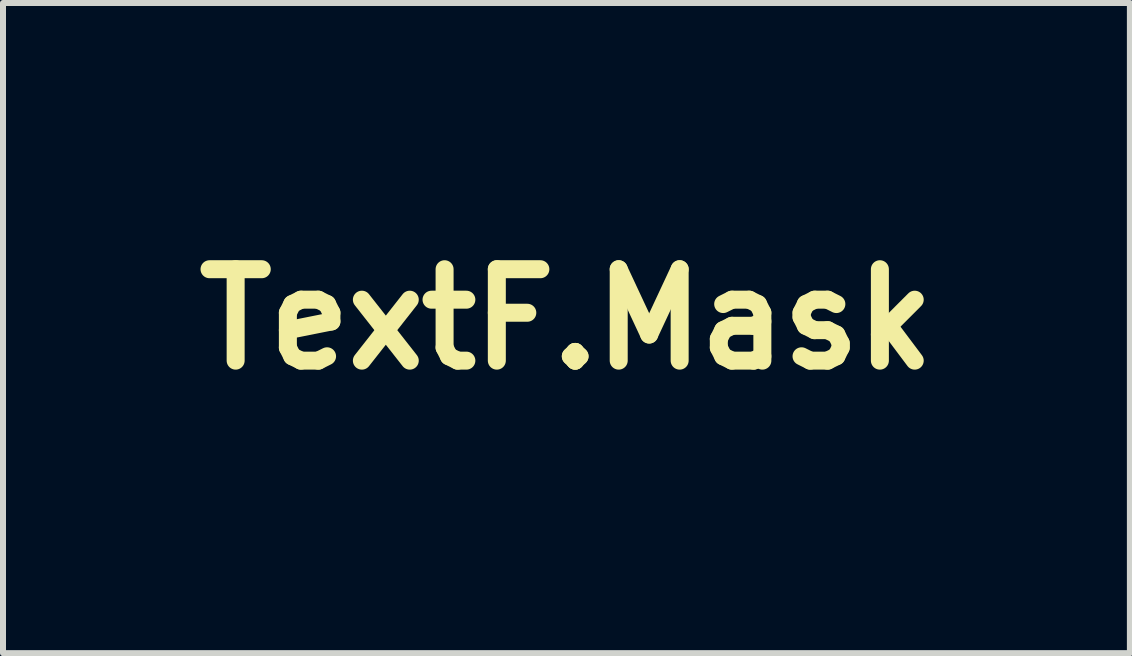
<source format=kicad_pcb>
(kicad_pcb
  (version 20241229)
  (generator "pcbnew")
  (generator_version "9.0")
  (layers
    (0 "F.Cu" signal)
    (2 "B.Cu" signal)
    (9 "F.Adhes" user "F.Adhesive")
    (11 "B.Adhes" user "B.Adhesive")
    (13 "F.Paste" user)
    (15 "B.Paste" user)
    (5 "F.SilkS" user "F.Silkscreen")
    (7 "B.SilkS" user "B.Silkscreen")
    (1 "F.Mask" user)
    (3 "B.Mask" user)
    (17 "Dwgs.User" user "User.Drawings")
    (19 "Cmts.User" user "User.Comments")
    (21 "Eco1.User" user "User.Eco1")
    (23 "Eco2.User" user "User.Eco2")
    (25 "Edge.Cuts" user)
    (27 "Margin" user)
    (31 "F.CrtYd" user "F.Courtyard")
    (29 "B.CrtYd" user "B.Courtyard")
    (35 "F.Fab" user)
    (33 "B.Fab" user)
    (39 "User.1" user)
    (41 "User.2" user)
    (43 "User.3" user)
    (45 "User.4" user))
  (footprint "TextF.Mask"
    (layer "F.Cu")
    (at 6.394 2.273)
    (property "Reference" "TextF.Mask" (at 0 0 0) (layer "F.SilkS") (effects (font (size 1.524 1.524) (thickness 0.3))))
    (attr through_hole exclude_from_pos_files exclude_from_bom)
    (fp_poly (pts (xy -4.53 -1.947) (xy -4.847 -1.947) (xy -4.847 -2.265) (xy -4.53 -2.265) (xy -4.53 -1.947)) (stroke (width 0.01) (type solid)) (fill yes) (layer "F.Mask"))
    (fp_poly (pts (xy -4.54 -1.831) (xy -4.535 -1.191) (xy -4.529 -0.55) (xy -4.847 -0.55) (xy -4.847 -1.843) (xy -4.54 -1.831)) (stroke (width 0.01) (type solid)) (fill yes) (layer "F.Mask"))
    (fp_poly (pts (xy -1.947 2.561) (xy -2.265 2.561) (xy -2.265 1.187) (xy -2.381 1.181) (xy -2.496 1.175) (xy -2.304 0.868) (xy -1.947 0.868) (xy -1.947 2.561)) (stroke (width 0.01) (type solid)) (fill yes) (layer "F.Mask"))
    (fp_poly (pts (xy -1.535 -1.6) (xy -1.283 -1.933) (xy -1.031 -2.265) (xy -0.865 -2.265) (xy -0.787 -2.263) (xy -0.729 -2.259) (xy -0.7 -2.252) (xy -0.699 -2.25) (xy -0.711 -2.23) (xy -0.745 -2.181) (xy -0.798 -2.107) (xy -0.867 -2.015) (xy -0.947 -1.908) (xy -1.008 -1.828) (xy -1.317 -1.42) (xy -1.268 -1.35) (xy -1.24 -1.312) (xy -1.191 -1.246) (xy -1.127 -1.159) (xy -1.052 -1.059) (xy -0.972 -0.951) (xy -0.968 -0.947) (xy -0.891 -0.842) (xy -0.821 -0.748) (xy -0.765 -0.669) (xy -0.725 -0.613) (xy -0.707 -0.583) (xy -0.706 -0.582) (xy -0.707 -0.566) (xy -0.728 -0.556) (xy -0.777 -0.552) (xy -0.861 -0.55) (xy -1.031 -0.55) (xy -1.283 -0.883) (xy -1.535 -1.215) (xy -1.546 -0.55) (xy -1.884 -0.55) (xy -1.884 -2.265) (xy -1.546 -2.265) (xy -1.535 -1.6)) (stroke (width 0.01) (type solid)) (fill yes) (layer "F.Mask"))
    (fp_poly (pts (xy -4.097 -1.839) (xy -4.044 -1.833) (xy -4.022 -1.825) (xy -4.022 -1.824) (xy -4.003 -1.818) (xy -3.954 -1.82) (xy -3.903 -1.828) (xy -3.771 -1.838) (xy -3.639 -1.825) (xy -3.52 -1.791) (xy -3.431 -1.74) (xy -3.383 -1.7) (xy -3.346 -1.662) (xy -3.318 -1.621) (xy -3.297 -1.57) (xy -3.283 -1.504) (xy -3.274 -1.418) (xy -3.269 -1.304) (xy -3.265 -1.158) (xy -3.264 -1.042) (xy -3.257 -0.55) (xy -3.577 -0.55) (xy -3.577 -0.995) (xy -3.577 -1.144) (xy -3.578 -1.256) (xy -3.581 -1.338) (xy -3.585 -1.395) (xy -3.591 -1.433) (xy -3.601 -1.458) (xy -3.614 -1.475) (xy -3.619 -1.482) (xy -3.673 -1.511) (xy -3.751 -1.525) (xy -3.837 -1.524) (xy -3.915 -1.508) (xy -3.961 -1.484) (xy -3.978 -1.469) (xy -3.99 -1.452) (xy -3.999 -1.426) (xy -4.006 -1.386) (xy -4.01 -1.326) (xy -4.013 -1.241) (xy -4.016 -1.123) (xy -4.018 -0.997) (xy -4.024 -0.55) (xy -4.318 -0.55) (xy -4.318 -1.841) (xy -4.17 -1.841) (xy -4.097 -1.839)) (stroke (width 0.01) (type solid)) (fill yes) (layer "F.Mask"))
    (fp_poly (pts (xy -5.791 0.872) (xy -5.338 0.878) (xy -5.246 0.943) (xy -5.146 1.038) (xy -5.078 1.159) (xy -5.044 1.302) (xy -5.044 1.308) (xy -5.047 1.463) (xy -5.086 1.597) (xy -5.157 1.708) (xy -5.258 1.791) (xy -5.387 1.845) (xy -5.462 1.86) (xy -5.562 1.873) (xy -5.29 2.201) (xy -5.208 2.302) (xy -5.135 2.391) (xy -5.077 2.465) (xy -5.036 2.518) (xy -5.018 2.544) (xy -5.018 2.545) (xy -5.037 2.552) (xy -5.089 2.558) (xy -5.164 2.561) (xy -5.203 2.561) (xy -5.389 2.561) (xy -5.642 2.239) (xy -5.895 1.917) (xy -5.901 2.239) (xy -5.907 2.561) (xy -6.244 2.561) (xy -6.244 1.545) (xy -5.905 1.545) (xy -5.692 1.545) (xy -5.598 1.543) (xy -5.516 1.538) (xy -5.459 1.53) (xy -5.44 1.524) (xy -5.395 1.478) (xy -5.371 1.408) (xy -5.371 1.329) (xy -5.384 1.284) (xy -5.416 1.234) (xy -5.465 1.199) (xy -5.54 1.177) (xy -5.645 1.166) (xy -5.741 1.164) (xy -5.905 1.164) (xy -5.905 1.545) (xy -6.244 1.545) (xy -6.244 0.866) (xy -5.791 0.872)) (stroke (width 0.01) (type solid)) (fill yes) (layer "F.Mask"))
    (fp_poly (pts (xy 3.117 -2.261) (xy 3.263 -2.259) (xy 3.373 -2.256) (xy 3.454 -2.252) (xy 3.513 -2.246) (xy 3.557 -2.238) (xy 3.592 -2.226) (xy 3.624 -2.21) (xy 3.64 -2.201) (xy 3.71 -2.15) (xy 3.778 -2.083) (xy 3.798 -2.057) (xy 3.832 -2.003) (xy 3.853 -1.952) (xy 3.864 -1.889) (xy 3.87 -1.798) (xy 3.87 -1.796) (xy 3.868 -1.651) (xy 3.843 -1.536) (xy 3.793 -1.442) (xy 3.722 -1.368) (xy 3.655 -1.319) (xy 3.578 -1.285) (xy 3.485 -1.263) (xy 3.365 -1.252) (xy 3.229 -1.249) (xy 3.006 -1.249) (xy 3.006 -0.55) (xy 2.688 -0.55) (xy 2.688 -1.947) (xy 3.006 -1.947) (xy 3.006 -1.563) (xy 3.24 -1.57) (xy 3.344 -1.574) (xy 3.414 -1.579) (xy 3.46 -1.587) (xy 3.489 -1.6) (xy 3.51 -1.62) (xy 3.516 -1.627) (xy 3.552 -1.703) (xy 3.551 -1.785) (xy 3.514 -1.863) (xy 3.494 -1.885) (xy 3.464 -1.914) (xy 3.435 -1.932) (xy 3.397 -1.942) (xy 3.341 -1.946) (xy 3.255 -1.947) (xy 3.219 -1.947) (xy 3.006 -1.947) (xy 2.688 -1.947) (xy 2.688 -2.268) (xy 3.117 -2.261)) (stroke (width 0.01) (type solid)) (fill yes) (layer "F.Mask"))
    (fp_poly (pts (xy 3.662 0.838) (xy 3.771 0.86) (xy 3.85 0.89) (xy 3.947 0.968) (xy 4.019 1.073) (xy 4.064 1.199) (xy 4.08 1.336) (xy 4.067 1.479) (xy 4.021 1.619) (xy 4.018 1.624) (xy 3.979 1.685) (xy 3.91 1.765) (xy 3.819 1.859) (xy 3.709 1.962) (xy 3.588 2.067) (xy 3.477 2.156) (xy 3.324 2.275) (xy 3.683 2.281) (xy 4.043 2.287) (xy 4.043 2.561) (xy 2.985 2.561) (xy 2.985 2.164) (xy 3.138 2.04) (xy 3.264 1.936) (xy 3.384 1.832) (xy 3.495 1.731) (xy 3.59 1.64) (xy 3.667 1.561) (xy 3.718 1.5) (xy 3.739 1.468) (xy 3.766 1.366) (xy 3.756 1.281) (xy 3.708 1.208) (xy 3.706 1.205) (xy 3.665 1.169) (xy 3.623 1.151) (xy 3.565 1.144) (xy 3.517 1.143) (xy 3.405 1.156) (xy 3.323 1.194) (xy 3.274 1.254) (xy 3.26 1.325) (xy 3.26 1.397) (xy 2.963 1.397) (xy 2.964 1.286) (xy 2.984 1.149) (xy 3.039 1.03) (xy 3.126 0.934) (xy 3.241 0.867) (xy 3.308 0.845) (xy 3.416 0.829) (xy 3.539 0.827) (xy 3.662 0.838)) (stroke (width 0.01) (type solid)) (fill yes) (layer "F.Mask"))
    (fp_poly (pts (xy -3.291 1.625) (xy -3.256 1.74) (xy -3.225 1.845) (xy -3.199 1.931) (xy -3.182 1.989) (xy -3.176 2.009) (xy -3.167 2.013) (xy -3.15 1.983) (xy -3.125 1.918) (xy -3.092 1.817) (xy -3.05 1.678) (xy -2.999 1.5) (xy -2.959 1.36) (xy -2.94 1.291) (xy -2.793 1.291) (xy -2.72 1.293) (xy -2.668 1.298) (xy -2.646 1.304) (xy -2.646 1.305) (xy -2.652 1.328) (xy -2.668 1.387) (xy -2.693 1.475) (xy -2.726 1.59) (xy -2.765 1.724) (xy -2.809 1.873) (xy -2.826 1.93) (xy -2.871 2.083) (xy -2.912 2.223) (xy -2.947 2.345) (xy -2.975 2.443) (xy -2.995 2.512) (xy -3.005 2.547) (xy -3.006 2.551) (xy -3.025 2.556) (xy -3.076 2.56) (xy -3.148 2.561) (xy -3.154 2.561) (xy -3.248 2.557) (xy -3.301 2.546) (xy -3.313 2.535) (xy -3.323 2.503) (xy -3.343 2.439) (xy -3.371 2.348) (xy -3.405 2.236) (xy -3.443 2.11) (xy -3.484 1.975) (xy -3.525 1.838) (xy -3.565 1.704) (xy -3.602 1.58) (xy -3.634 1.472) (xy -3.66 1.386) (xy -3.676 1.328) (xy -3.683 1.304) (xy -3.683 1.303) (xy -3.664 1.297) (xy -3.613 1.293) (xy -3.541 1.291) (xy -3.538 1.291) (xy -3.393 1.291) (xy -3.291 1.625)) (stroke (width 0.01) (type solid)) (fill yes) (layer "F.Mask"))
    (fp_poly (pts (xy 2.426 0.837) (xy 2.503 0.842) (xy 2.56 0.851) (xy 2.606 0.867) (xy 2.639 0.884) (xy 2.748 0.964) (xy 2.824 1.07) (xy 2.867 1.202) (xy 2.877 1.357) (xy 2.855 1.528) (xy 2.842 1.578) (xy 2.824 1.621) (xy 2.794 1.666) (xy 2.748 1.72) (xy 2.678 1.792) (xy 2.638 1.833) (xy 2.545 1.922) (xy 2.442 2.016) (xy 2.345 2.102) (xy 2.279 2.156) (xy 2.114 2.286) (xy 2.857 2.286) (xy 2.857 2.561) (xy 1.778 2.561) (xy 1.778 2.365) (xy 1.778 2.17) (xy 1.951 2.032) (xy 2.034 1.963) (xy 2.135 1.875) (xy 2.24 1.779) (xy 2.339 1.686) (xy 2.342 1.683) (xy 2.562 1.471) (xy 2.561 1.362) (xy 2.558 1.292) (xy 2.543 1.248) (xy 2.51 1.21) (xy 2.496 1.198) (xy 2.449 1.165) (xy 2.398 1.149) (xy 2.326 1.143) (xy 2.304 1.143) (xy 2.228 1.146) (xy 2.179 1.157) (xy 2.14 1.182) (xy 2.115 1.205) (xy 2.064 1.277) (xy 2.053 1.332) (xy 2.053 1.397) (xy 1.751 1.397) (xy 1.762 1.27) (xy 1.794 1.126) (xy 1.858 1.007) (xy 1.954 0.915) (xy 1.985 0.895) (xy 2.032 0.869) (xy 2.076 0.852) (xy 2.126 0.842) (xy 2.194 0.837) (xy 2.29 0.836) (xy 2.318 0.836) (xy 2.426 0.837)) (stroke (width 0.01) (type solid)) (fill yes) (layer "F.Mask"))
    (fp_poly (pts (xy 0.972 -1.635) (xy 1.006 -1.523) (xy 1.041 -1.404) (xy 1.073 -1.297) (xy 1.083 -1.265) (xy 1.106 -1.189) (xy 1.127 -1.131) (xy 1.141 -1.102) (xy 1.144 -1.101) (xy 1.155 -1.12) (xy 1.174 -1.172) (xy 1.199 -1.248) (xy 1.227 -1.339) (xy 1.259 -1.45) (xy 1.292 -1.561) (xy 1.321 -1.657) (xy 1.337 -1.709) (xy 1.378 -1.841) (xy 1.526 -1.841) (xy 1.604 -1.84) (xy 1.647 -1.836) (xy 1.665 -1.825) (xy 1.664 -1.806) (xy 1.664 -1.804) (xy 1.655 -1.776) (xy 1.636 -1.712) (xy 1.608 -1.617) (xy 1.572 -1.496) (xy 1.53 -1.354) (xy 1.483 -1.196) (xy 1.439 -1.048) (xy 1.388 -0.876) (xy 1.34 -0.713) (xy 1.295 -0.565) (xy 1.257 -0.436) (xy 1.226 -0.333) (xy 1.204 -0.26) (xy 1.193 -0.228) (xy 1.161 -0.127) (xy 0.871 -0.127) (xy 0.912 -0.27) (xy 0.937 -0.354) (xy 0.956 -0.422) (xy 0.97 -0.479) (xy 0.977 -0.532) (xy 0.976 -0.587) (xy 0.967 -0.649) (xy 0.95 -0.726) (xy 0.924 -0.822) (xy 0.887 -0.943) (xy 0.84 -1.097) (xy 0.813 -1.185) (xy 0.767 -1.339) (xy 0.723 -1.479) (xy 0.686 -1.602) (xy 0.655 -1.702) (xy 0.633 -1.773) (xy 0.621 -1.811) (xy 0.619 -1.815) (xy 0.626 -1.83) (xy 0.662 -1.838) (xy 0.733 -1.841) (xy 0.759 -1.841) (xy 0.908 -1.841) (xy 0.972 -1.635)) (stroke (width 0.01) (type solid)) (fill yes) (layer "F.Mask"))
    (fp_poly (pts (xy -5.654 -2.263) (xy -5.511 -2.257) (xy -5.398 -2.244) (xy -5.311 -2.223) (xy -5.244 -2.192) (xy -5.192 -2.148) (xy -5.149 -2.091) (xy -5.112 -2.024) (xy -5.095 -1.989) (xy -5.082 -1.957) (xy -5.073 -1.921) (xy -5.067 -1.874) (xy -5.062 -1.811) (xy -5.06 -1.727) (xy -5.059 -1.614) (xy -5.059 -1.467) (xy -5.059 -1.408) (xy -5.059 -1.247) (xy -5.06 -1.123) (xy -5.062 -1.03) (xy -5.065 -0.96) (xy -5.071 -0.909) (xy -5.079 -0.87) (xy -5.09 -0.837) (xy -5.105 -0.804) (xy -5.112 -0.791) (xy -5.152 -0.72) (xy -5.195 -0.663) (xy -5.249 -0.621) (xy -5.317 -0.591) (xy -5.405 -0.57) (xy -5.519 -0.558) (xy -5.665 -0.552) (xy -5.835 -0.55) (xy -6.244 -0.55) (xy -6.244 -1.926) (xy -5.905 -1.926) (xy -5.905 -0.889) (xy -5.699 -0.89) (xy -5.589 -0.893) (xy -5.508 -0.901) (xy -5.462 -0.914) (xy -5.459 -0.916) (xy -5.431 -0.942) (xy -5.409 -0.975) (xy -5.394 -1.021) (xy -5.385 -1.087) (xy -5.379 -1.177) (xy -5.377 -1.299) (xy -5.376 -1.407) (xy -5.378 -1.565) (xy -5.382 -1.686) (xy -5.391 -1.775) (xy -5.406 -1.838) (xy -5.427 -1.879) (xy -5.455 -1.904) (xy -5.473 -1.913) (xy -5.508 -1.919) (xy -5.574 -1.923) (xy -5.66 -1.926) (xy -5.706 -1.926) (xy -5.905 -1.926) (xy -6.244 -1.926) (xy -6.244 -2.265) (xy -5.835 -2.265) (xy -5.654 -2.263)) (stroke (width 0.01) (type solid)) (fill yes) (layer "F.Mask"))
    (fp_poly (pts (xy -0.137 0.837) (xy -0.062 0.841) (xy -0.008 0.85) (xy 0.037 0.865) (xy 0.083 0.889) (xy 0.084 0.889) (xy 0.154 0.94) (xy 0.222 1.007) (xy 0.242 1.034) (xy 0.272 1.078) (xy 0.291 1.117) (xy 0.301 1.162) (xy 0.306 1.225) (xy 0.307 1.316) (xy 0.307 1.341) (xy 0.306 1.444) (xy 0.301 1.516) (xy 0.29 1.568) (xy 0.273 1.609) (xy 0.261 1.63) (xy 0.216 1.688) (xy 0.146 1.766) (xy 0.056 1.857) (xy -0.047 1.954) (xy -0.156 2.051) (xy -0.264 2.141) (xy -0.282 2.155) (xy -0.447 2.286) (xy 0.296 2.286) (xy 0.296 2.561) (xy -0.783 2.561) (xy -0.783 2.365) (xy -0.783 2.17) (xy -0.629 2.049) (xy -0.538 1.974) (xy -0.439 1.891) (xy -0.339 1.803) (xy -0.244 1.718) (xy -0.161 1.641) (xy -0.096 1.578) (xy -0.056 1.534) (xy -0.051 1.527) (xy -0.007 1.436) (xy 0.006 1.338) (xy -0.01 1.257) (xy -0.044 1.199) (xy -0.092 1.164) (xy -0.164 1.147) (xy -0.25 1.143) (xy -0.359 1.154) (xy -0.435 1.189) (xy -0.482 1.25) (xy -0.5 1.314) (xy -0.513 1.397) (xy -0.81 1.397) (xy -0.797 1.269) (xy -0.777 1.153) (xy -0.741 1.063) (xy -0.681 0.984) (xy -0.664 0.966) (xy -0.605 0.912) (xy -0.547 0.875) (xy -0.481 0.853) (xy -0.397 0.841) (xy -0.283 0.837) (xy -0.243 0.836) (xy -0.137 0.837)) (stroke (width 0.01) (type solid)) (fill yes) (layer "F.Mask"))
    (fp_poly (pts (xy 6.244 -0.55) (xy 5.932 -0.552) (xy 5.814 -0.555) (xy 5.704 -0.559) (xy 5.612 -0.565) (xy 5.55 -0.572) (xy 5.537 -0.574) (xy 5.417 -0.618) (xy 5.326 -0.691) (xy 5.261 -0.788) (xy 5.24 -0.835) (xy 5.225 -0.878) (xy 5.215 -0.927) (xy 5.21 -0.991) (xy 5.208 -1.079) (xy 5.207 -1.195) (xy 5.207 -1.196) (xy 5.503 -1.196) (xy 5.504 -1.095) (xy 5.507 -1.027) (xy 5.515 -0.982) (xy 5.528 -0.952) (xy 5.549 -0.926) (xy 5.555 -0.92) (xy 5.586 -0.893) (xy 5.621 -0.878) (xy 5.671 -0.87) (xy 5.749 -0.868) (xy 5.778 -0.868) (xy 5.948 -0.868) (xy 5.948 -1.144) (xy 5.947 -1.257) (xy 5.945 -1.336) (xy 5.94 -1.389) (xy 5.931 -1.424) (xy 5.917 -1.449) (xy 5.896 -1.472) (xy 5.856 -1.504) (xy 5.808 -1.519) (xy 5.735 -1.524) (xy 5.726 -1.524) (xy 5.65 -1.52) (xy 5.6 -1.506) (xy 5.56 -1.476) (xy 5.555 -1.472) (xy 5.532 -1.446) (xy 5.517 -1.417) (xy 5.508 -1.376) (xy 5.504 -1.314) (xy 5.503 -1.221) (xy 5.503 -1.196) (xy 5.207 -1.196) (xy 5.21 -1.343) (xy 5.218 -1.457) (xy 5.235 -1.544) (xy 5.262 -1.612) (xy 5.302 -1.67) (xy 5.357 -1.725) (xy 5.361 -1.729) (xy 5.459 -1.789) (xy 5.585 -1.826) (xy 5.731 -1.837) (xy 5.815 -1.833) (xy 5.948 -1.819) (xy 5.948 -2.265) (xy 6.244 -2.265) (xy 6.244 -0.55)) (stroke (width 0.01) (type solid)) (fill yes) (layer "F.Mask"))
    (fp_poly (pts (xy -4.252 1.293) (xy -4.153 1.299) (xy -4.074 1.31) (xy -4.037 1.32) (xy -3.94 1.379) (xy -3.867 1.465) (xy -3.815 1.582) (xy -3.783 1.731) (xy -3.773 1.846) (xy -3.762 2.053) (xy -4.572 2.053) (xy -4.572 2.126) (xy -4.568 2.174) (xy -4.553 2.209) (xy -4.522 2.234) (xy -4.469 2.251) (xy -4.388 2.26) (xy -4.275 2.264) (xy -4.155 2.265) (xy -3.831 2.265) (xy -3.831 2.561) (xy -4.207 2.56) (xy -4.346 2.559) (xy -4.449 2.557) (xy -4.525 2.553) (xy -4.579 2.546) (xy -4.619 2.536) (xy -4.653 2.522) (xy -4.659 2.519) (xy -4.758 2.446) (xy -4.833 2.35) (xy -4.867 2.269) (xy -4.876 2.218) (xy -4.883 2.136) (xy -4.887 2.033) (xy -4.889 1.922) (xy -4.889 1.916) (xy -4.888 1.792) (xy -4.886 1.755) (xy -4.572 1.755) (xy -4.57 1.774) (xy -4.558 1.787) (xy -4.53 1.794) (xy -4.479 1.798) (xy -4.397 1.799) (xy -4.326 1.799) (xy -4.081 1.799) (xy -4.094 1.741) (xy -4.132 1.662) (xy -4.201 1.611) (xy -4.3 1.589) (xy -4.331 1.587) (xy -4.405 1.591) (xy -4.454 1.605) (xy -4.496 1.636) (xy -4.51 1.649) (xy -4.55 1.699) (xy -4.571 1.746) (xy -4.572 1.755) (xy -4.886 1.755) (xy -4.883 1.703) (xy -4.875 1.637) (xy -4.862 1.586) (xy -4.849 1.556) (xy -4.795 1.469) (xy -4.721 1.389) (xy -4.641 1.33) (xy -4.608 1.314) (xy -4.55 1.301) (xy -4.463 1.294) (xy -4.36 1.291) (xy -4.252 1.293)) (stroke (width 0.01) (type solid)) (fill yes) (layer "F.Mask"))
    (fp_poly (pts (xy 4.621 -1.835) (xy 4.762 -1.81) (xy 4.871 -1.761) (xy 4.954 -1.685) (xy 5.004 -1.605) (xy 5.022 -1.568) (xy 5.035 -1.534) (xy 5.045 -1.496) (xy 5.052 -1.449) (xy 5.056 -1.385) (xy 5.058 -1.299) (xy 5.059 -1.183) (xy 5.059 -1.032) (xy 5.059 -1.022) (xy 5.059 -0.55) (xy 4.672 -0.55) (xy 4.533 -0.551) (xy 4.429 -0.552) (xy 4.353 -0.556) (xy 4.297 -0.562) (xy 4.255 -0.571) (xy 4.219 -0.584) (xy 4.19 -0.598) (xy 4.102 -0.665) (xy 4.04 -0.758) (xy 4.006 -0.87) (xy 4.004 -0.928) (xy 4.284 -0.928) (xy 4.306 -0.878) (xy 4.324 -0.854) (xy 4.346 -0.839) (xy 4.382 -0.83) (xy 4.441 -0.826) (xy 4.531 -0.826) (xy 4.551 -0.826) (xy 4.763 -0.826) (xy 4.763 -1.06) (xy 4.537 -1.054) (xy 4.311 -1.048) (xy 4.291 -0.989) (xy 4.284 -0.928) (xy 4.004 -0.928) (xy 4.003 -0.991) (xy 4.032 -1.113) (xy 4.042 -1.137) (xy 4.077 -1.202) (xy 4.119 -1.249) (xy 4.174 -1.281) (xy 4.251 -1.3) (xy 4.355 -1.31) (xy 4.494 -1.312) (xy 4.766 -1.312) (xy 4.752 -1.381) (xy 4.725 -1.453) (xy 4.676 -1.498) (xy 4.598 -1.52) (xy 4.526 -1.524) (xy 4.45 -1.521) (xy 4.4 -1.509) (xy 4.361 -1.483) (xy 4.347 -1.47) (xy 4.314 -1.441) (xy 4.278 -1.426) (xy 4.227 -1.421) (xy 4.15 -1.423) (xy 4.006 -1.429) (xy 4.033 -1.534) (xy 4.082 -1.647) (xy 4.164 -1.736) (xy 4.276 -1.797) (xy 4.416 -1.832) (xy 4.583 -1.837) (xy 4.621 -1.835)) (stroke (width 0.01) (type solid)) (fill yes) (layer "F.Mask"))
    (fp_poly (pts (xy -0.012 -1.837) (xy -0.01 -1.837) (xy 0.135 -1.826) (xy 0.248 -1.799) (xy 0.334 -1.754) (xy 0.403 -1.687) (xy 0.451 -1.613) (xy 0.477 -1.561) (xy 0.494 -1.514) (xy 0.503 -1.458) (xy 0.507 -1.384) (xy 0.508 -1.283) (xy 0.508 -1.058) (xy -0.275 -1.058) (xy -0.275 -0.999) (xy -0.264 -0.939) (xy -0.245 -0.898) (xy -0.23 -0.883) (xy -0.208 -0.871) (xy -0.171 -0.863) (xy -0.112 -0.858) (xy -0.027 -0.854) (xy 0.094 -0.851) (xy 0.125 -0.851) (xy 0.466 -0.844) (xy 0.466 -0.55) (xy 0.099 -0.55) (xy -0.036 -0.551) (xy -0.136 -0.552) (xy -0.208 -0.556) (xy -0.261 -0.562) (xy -0.301 -0.572) (xy -0.337 -0.587) (xy -0.362 -0.6) (xy -0.432 -0.649) (xy -0.499 -0.714) (xy -0.519 -0.739) (xy -0.582 -0.829) (xy -0.582 -1.352) (xy -0.276 -1.352) (xy -0.262 -1.33) (xy -0.222 -1.318) (xy -0.149 -1.313) (xy -0.04 -1.312) (xy -0.032 -1.312) (xy 0.073 -1.313) (xy 0.142 -1.315) (xy 0.184 -1.32) (xy 0.204 -1.33) (xy 0.211 -1.345) (xy 0.212 -1.353) (xy 0.199 -1.395) (xy 0.166 -1.447) (xy 0.157 -1.459) (xy 0.121 -1.496) (xy 0.084 -1.516) (xy 0.031 -1.523) (xy -0.021 -1.524) (xy -0.112 -1.521) (xy -0.171 -1.511) (xy -0.21 -1.488) (xy -0.238 -1.449) (xy -0.244 -1.438) (xy -0.269 -1.387) (xy -0.276 -1.352) (xy -0.582 -1.352) (xy -0.582 -1.517) (xy -0.518 -1.621) (xy -0.458 -1.701) (xy -0.383 -1.76) (xy -0.339 -1.785) (xy -0.282 -1.812) (xy -0.233 -1.829) (xy -0.181 -1.838) (xy -0.111 -1.84) (xy -0.012 -1.837)) (stroke (width 0.01) (type solid)) (fill yes) (layer "F.Mask"))
    (fp_poly (pts (xy 1.239 0.86) (xy 1.331 0.886) (xy 1.409 0.93) (xy 1.482 0.994) (xy 1.527 1.042) (xy 1.562 1.089) (xy 1.588 1.141) (xy 1.606 1.204) (xy 1.618 1.284) (xy 1.625 1.388) (xy 1.629 1.521) (xy 1.63 1.69) (xy 1.63 1.708) (xy 1.629 1.883) (xy 1.625 2.023) (xy 1.617 2.131) (xy 1.604 2.216) (xy 1.584 2.282) (xy 1.556 2.336) (xy 1.519 2.384) (xy 1.472 2.431) (xy 1.404 2.486) (xy 1.334 2.523) (xy 1.25 2.546) (xy 1.143 2.558) (xy 1.015 2.561) (xy 0.914 2.56) (xy 0.842 2.554) (xy 0.785 2.541) (xy 0.729 2.518) (xy 0.697 2.503) (xy 0.583 2.425) (xy 0.519 2.353) (xy 0.455 2.261) (xy 0.455 1.313) (xy 0.741 1.313) (xy 0.742 1.699) (xy 0.743 1.855) (xy 0.747 1.973) (xy 0.753 2.057) (xy 0.762 2.111) (xy 0.77 2.136) (xy 0.812 2.189) (xy 0.87 2.222) (xy 0.952 2.238) (xy 1.055 2.238) (xy 1.138 2.233) (xy 1.192 2.224) (xy 1.227 2.207) (xy 1.258 2.178) (xy 1.262 2.173) (xy 1.279 2.151) (xy 1.292 2.128) (xy 1.301 2.098) (xy 1.307 2.053) (xy 1.31 1.988) (xy 1.312 1.895) (xy 1.312 1.769) (xy 1.312 1.712) (xy 1.311 1.571) (xy 1.308 1.451) (xy 1.303 1.355) (xy 1.296 1.292) (xy 1.291 1.269) (xy 1.236 1.211) (xy 1.148 1.177) (xy 1.03 1.167) (xy 0.999 1.168) (xy 0.921 1.176) (xy 0.87 1.189) (xy 0.832 1.214) (xy 0.802 1.245) (xy 0.741 1.313) (xy 0.455 1.313) (xy 0.455 1.15) (xy 0.513 1.063) (xy 0.567 1) (xy 0.638 0.939) (xy 0.671 0.917) (xy 0.725 0.889) (xy 0.777 0.87) (xy 0.841 0.859) (xy 0.928 0.852) (xy 0.979 0.85) (xy 1.125 0.849) (xy 1.239 0.86)) (stroke (width 0.01) (type solid)) (fill yes) (layer "F.Mask"))
    (fp_poly (pts (xy -2.074 -1.132) (xy -2.074 -0.938) (xy -2.075 -0.782) (xy -2.076 -0.658) (xy -2.079 -0.563) (xy -2.082 -0.492) (xy -2.087 -0.439) (xy -2.093 -0.401) (xy -2.102 -0.372) (xy -2.112 -0.347) (xy -2.114 -0.343) (xy -2.156 -0.273) (xy -2.203 -0.22) (xy -2.263 -0.181) (xy -2.341 -0.155) (xy -2.443 -0.138) (xy -2.576 -0.13) (xy -2.725 -0.128) (xy -3.048 -0.127) (xy -3.048 -0.423) (xy -2.754 -0.423) (xy -2.621 -0.425) (xy -2.523 -0.43) (xy -2.455 -0.442) (xy -2.41 -0.462) (xy -2.382 -0.492) (xy -2.364 -0.534) (xy -2.361 -0.543) (xy -2.357 -0.562) (xy -2.363 -0.575) (xy -2.386 -0.584) (xy -2.432 -0.589) (xy -2.509 -0.593) (xy -2.599 -0.596) (xy -2.708 -0.6) (xy -2.785 -0.605) (xy -2.84 -0.614) (xy -2.882 -0.629) (xy -2.921 -0.65) (xy -2.936 -0.66) (xy -2.998 -0.707) (xy -3.043 -0.76) (xy -3.075 -0.826) (xy -3.096 -0.912) (xy -3.107 -1.024) (xy -3.111 -1.17) (xy -3.111 -1.214) (xy -3.111 -1.217) (xy -2.815 -1.217) (xy -2.815 -1.122) (xy -2.811 -1.059) (xy -2.802 -1.017) (xy -2.786 -0.987) (xy -2.759 -0.957) (xy -2.753 -0.951) (xy -2.719 -0.92) (xy -2.686 -0.901) (xy -2.642 -0.892) (xy -2.574 -0.889) (xy -2.52 -0.889) (xy -2.349 -0.889) (xy -2.349 -1.545) (xy -2.52 -1.545) (xy -2.607 -1.544) (xy -2.663 -1.539) (xy -2.701 -1.526) (xy -2.733 -1.502) (xy -2.753 -1.483) (xy -2.782 -1.453) (xy -2.8 -1.423) (xy -2.81 -1.384) (xy -2.814 -1.325) (xy -2.815 -1.236) (xy -2.815 -1.217) (xy -3.111 -1.217) (xy -3.11 -1.358) (xy -3.104 -1.467) (xy -3.093 -1.549) (xy -3.073 -1.612) (xy -3.043 -1.662) (xy -3.001 -1.708) (xy -2.978 -1.73) (xy -2.928 -1.768) (xy -2.875 -1.797) (xy -2.811 -1.818) (xy -2.729 -1.831) (xy -2.622 -1.838) (xy -2.484 -1.841) (xy -2.408 -1.841) (xy -2.074 -1.841) (xy -2.074 -1.132)) (stroke (width 0.01) (type solid)) (fill yes) (layer "F.Mask")))
  (gr_rect
    (start -3 -3)
    (end 15.787 7.839)
    (stroke (width 0.1) (type default))
    (fill no)
    (layer "Edge.Cuts")))
</source>
